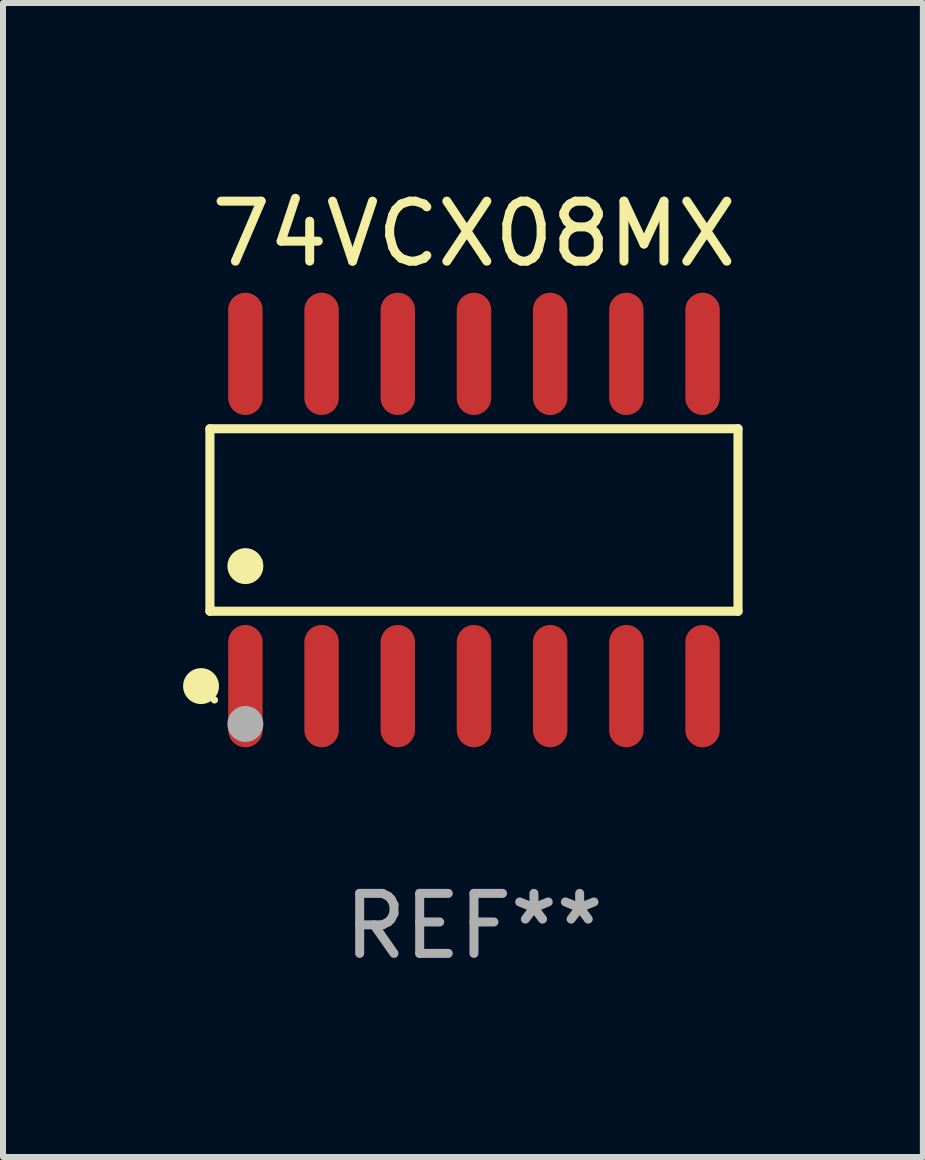
<source format=kicad_pcb>
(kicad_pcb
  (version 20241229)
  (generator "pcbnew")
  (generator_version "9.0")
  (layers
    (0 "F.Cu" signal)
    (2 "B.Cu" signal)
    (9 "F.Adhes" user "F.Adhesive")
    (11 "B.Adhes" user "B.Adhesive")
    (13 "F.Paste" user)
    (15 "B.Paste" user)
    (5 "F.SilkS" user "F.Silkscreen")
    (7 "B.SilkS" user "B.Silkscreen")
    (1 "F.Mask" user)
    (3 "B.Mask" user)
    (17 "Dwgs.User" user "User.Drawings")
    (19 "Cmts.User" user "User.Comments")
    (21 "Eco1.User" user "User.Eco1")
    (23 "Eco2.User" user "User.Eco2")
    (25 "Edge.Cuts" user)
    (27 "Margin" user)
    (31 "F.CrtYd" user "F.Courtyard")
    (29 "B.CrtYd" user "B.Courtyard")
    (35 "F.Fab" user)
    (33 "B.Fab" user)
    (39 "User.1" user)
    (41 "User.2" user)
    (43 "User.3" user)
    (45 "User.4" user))
  (footprint "74VCX08MX"
    (layer "F.Cu")
    (at 4.85 5.617)
    (property "Reference" "74VCX08MX" (at 0 -4.769 0) (layer "F.SilkS") (effects (font (size 1 1) (thickness 0.15))))
    (attr through_hole)
    (fp_line (start -4.401 -1.521) (end 4.401 -1.521) (stroke (width 0.152) (type solid)) (layer "F.SilkS"))
    (fp_line (start -4.401 1.521) (end -4.401 -1.521) (stroke (width 0.152) (type solid)) (layer "F.SilkS"))
    (fp_line (start 4.401 -1.521) (end 4.401 1.521) (stroke (width 0.152) (type solid)) (layer "F.SilkS"))
    (fp_line (start 4.401 1.521) (end -4.401 1.521) (stroke (width 0.152) (type solid)) (layer "F.SilkS"))
    (fp_circle (center -4.549 2.769) (end -4.399 2.769) (stroke (width 0.3) (type solid)) (fill no) (layer "F.SilkS"))
    (fp_circle (center -4.325 3) (end -4.295 3) (stroke (width 0.06) (type solid)) (fill no) (layer "F.SilkS"))
    (fp_circle (center -3.81 0.769) (end -3.66 0.769) (stroke (width 0.3) (type solid)) (fill no) (layer "F.SilkS"))
    (fp_circle (center -3.81 3.4) (end -3.66 3.4) (stroke (width 0.3) (type solid)) (fill no) (layer "F.Fab"))
    (fp_text user "REF**" (at 0 6.769 0) (layer "F.Fab") (effects (font (size 1 1) (thickness 0.15))))
    (pad "1" smd oval (at -3.81 2.769) (size 0.574 2.038) (layers "F.Cu" "F.Mask" "F.Paste"))
    (pad "2" smd oval (at -2.54 2.769) (size 0.574 2.038) (layers "F.Cu" "F.Mask" "F.Paste"))
    (pad "3" smd oval (at -1.27 2.769) (size 0.574 2.038) (layers "F.Cu" "F.Mask" "F.Paste"))
    (pad "4" smd oval (at 0 2.769) (size 0.574 2.038) (layers "F.Cu" "F.Mask" "F.Paste"))
    (pad "5" smd oval (at 1.27 2.769) (size 0.574 2.038) (layers "F.Cu" "F.Mask" "F.Paste"))
    (pad "6" smd oval (at 2.54 2.769) (size 0.574 2.038) (layers "F.Cu" "F.Mask" "F.Paste"))
    (pad "7" smd oval (at 3.81 2.769) (size 0.574 2.038) (layers "F.Cu" "F.Mask" "F.Paste"))
    (pad "8" smd oval (at 3.81 -2.769) (size 0.574 2.038) (layers "F.Cu" "F.Mask" "F.Paste"))
    (pad "9" smd oval (at 2.54 -2.769) (size 0.574 2.038) (layers "F.Cu" "F.Mask" "F.Paste"))
    (pad "10" smd oval (at 1.27 -2.769) (size 0.574 2.038) (layers "F.Cu" "F.Mask" "F.Paste"))
    (pad "11" smd oval (at 0 -2.769) (size 0.574 2.038) (layers "F.Cu" "F.Mask" "F.Paste"))
    (pad "12" smd oval (at -1.27 -2.769) (size 0.574 2.038) (layers "F.Cu" "F.Mask" "F.Paste"))
    (pad "13" smd oval (at -2.54 -2.769) (size 0.574 2.038) (layers "F.Cu" "F.Mask" "F.Paste"))
    (pad "14" smd oval (at -3.81 -2.769) (size 0.574 2.038) (layers "F.Cu" "F.Mask" "F.Paste")))
  (gr_rect
    (start -3 -3)
    (end 12.332 16.235)
    (stroke (width 0.1) (type default))
    (fill no)
    (layer "Edge.Cuts")))
</source>
